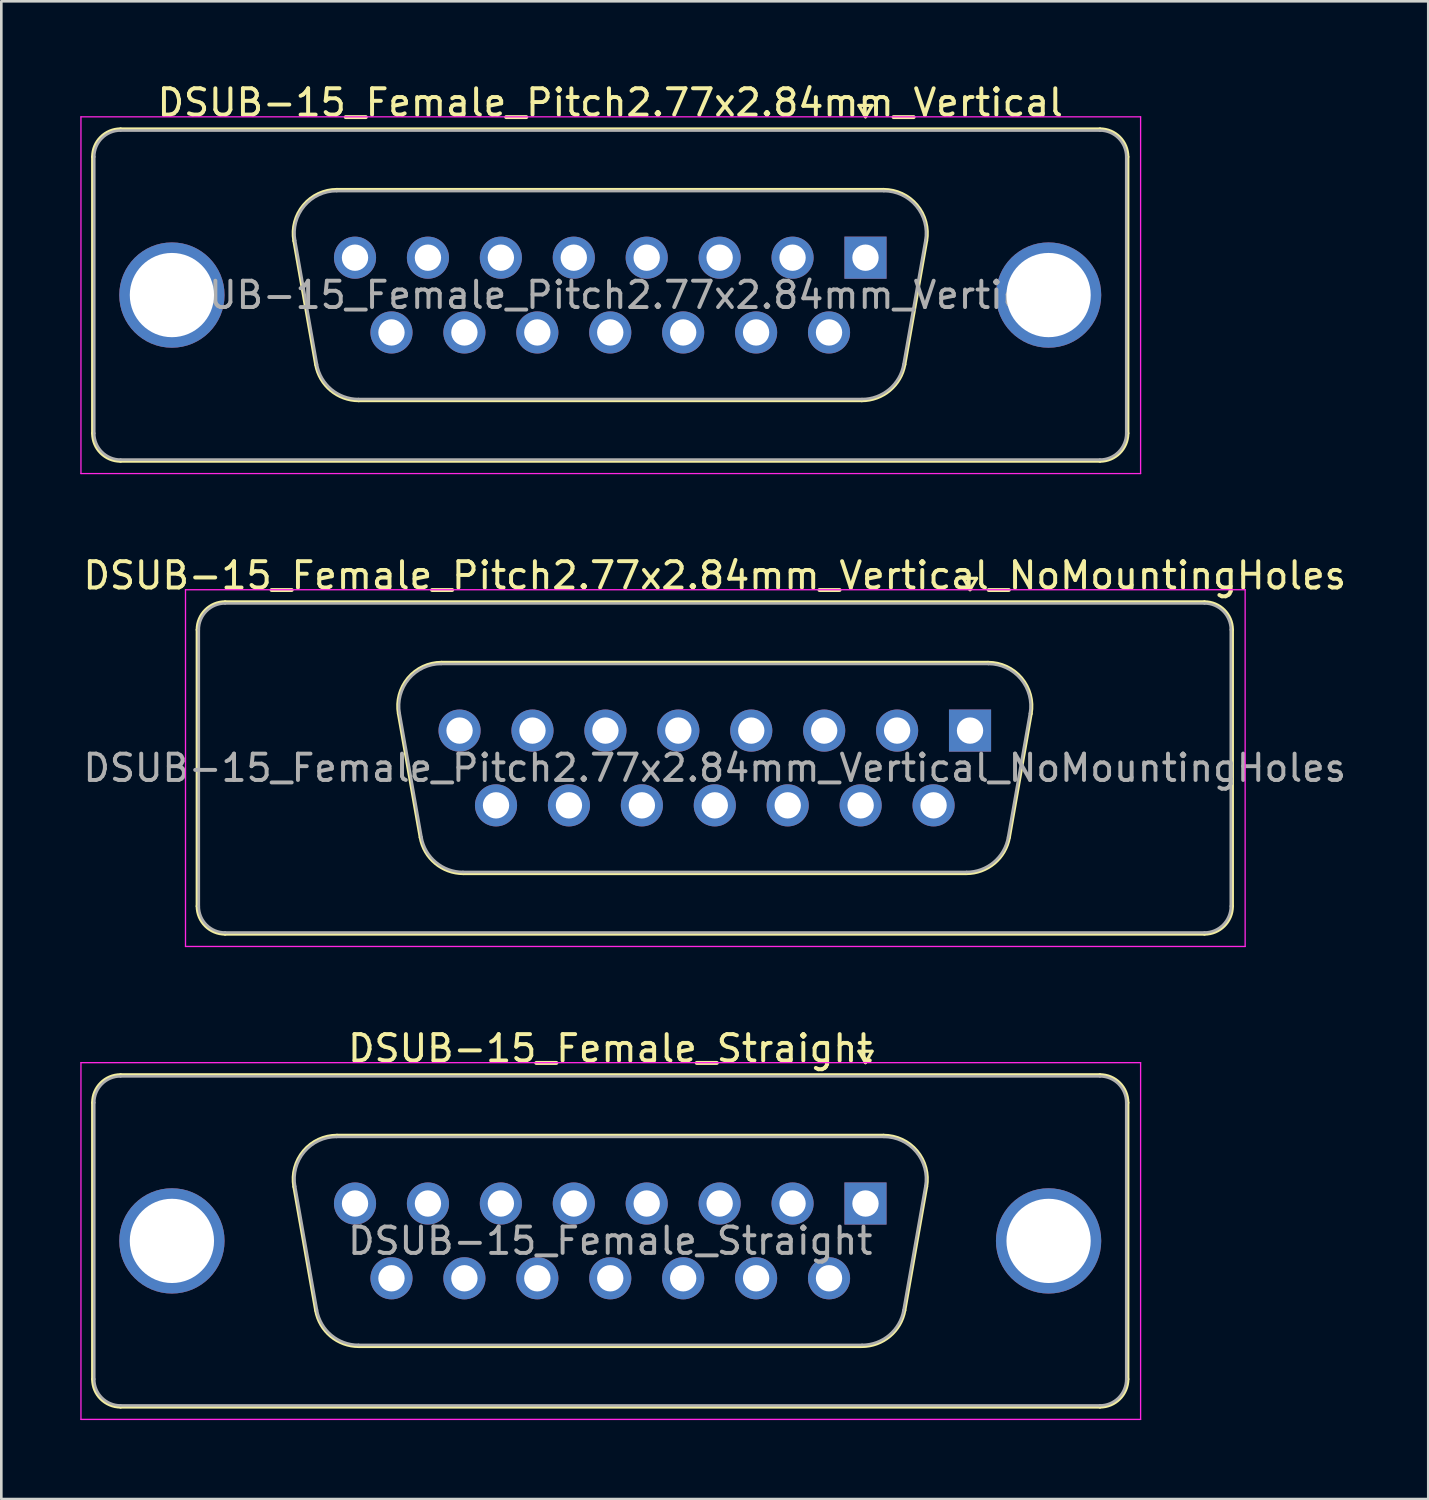
<source format=kicad_pcb>
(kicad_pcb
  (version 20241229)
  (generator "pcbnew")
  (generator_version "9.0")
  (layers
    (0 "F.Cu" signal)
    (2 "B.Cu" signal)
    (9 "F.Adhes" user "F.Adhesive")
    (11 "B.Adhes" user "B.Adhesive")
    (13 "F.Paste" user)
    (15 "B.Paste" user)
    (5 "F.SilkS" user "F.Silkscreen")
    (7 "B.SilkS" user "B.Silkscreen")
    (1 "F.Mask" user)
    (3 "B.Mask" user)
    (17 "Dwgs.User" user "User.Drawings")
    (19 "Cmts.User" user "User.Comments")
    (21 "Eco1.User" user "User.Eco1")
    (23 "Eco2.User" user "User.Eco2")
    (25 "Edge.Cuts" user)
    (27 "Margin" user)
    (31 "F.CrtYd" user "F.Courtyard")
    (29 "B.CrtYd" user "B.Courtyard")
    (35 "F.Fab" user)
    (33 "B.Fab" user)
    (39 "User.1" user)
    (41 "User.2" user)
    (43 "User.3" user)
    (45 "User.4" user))
  (footprint "DSUB-15_Female_Straight"
    (layer "F.Cu")
    (at 29.825 42.665)
    (property "Reference" "DSUB-15_Female_Straight" (at -9.695 -5.89 0) (layer "F.SilkS") (effects (font (size 1 1) (thickness 0.15))))
    (attr through_hole)
    (fp_line (start -29.355 6.67) (end -29.355 -3.83) (stroke (width 0.12) (type solid)) (layer "F.SilkS"))
    (fp_line (start -28.295 -4.89) (end 8.905 -4.89) (stroke (width 0.12) (type solid)) (layer "F.SilkS"))
    (fp_line (start -21.711 -0.642) (end -20.883 4.058) (stroke (width 0.12) (type solid)) (layer "F.SilkS"))
    (fp_line (start -20.077 -2.59) (end 0.687 -2.59) (stroke (width 0.12) (type solid)) (layer "F.SilkS"))
    (fp_line (start -19.248 5.43) (end -0.142 5.43) (stroke (width 0.12) (type solid)) (layer "F.SilkS"))
    (fp_line (start -0.25 -5.784) (end 0.25 -5.784) (stroke (width 0.12) (type solid)) (layer "F.SilkS"))
    (fp_line (start 0 -5.351) (end -0.25 -5.784) (stroke (width 0.12) (type solid)) (layer "F.SilkS"))
    (fp_line (start 0.25 -5.784) (end 0 -5.351) (stroke (width 0.12) (type solid)) (layer "F.SilkS"))
    (fp_line (start 2.321 -0.642) (end 1.493 4.058) (stroke (width 0.12) (type solid)) (layer "F.SilkS"))
    (fp_line (start 8.905 7.73) (end -28.295 7.73) (stroke (width 0.12) (type solid)) (layer "F.SilkS"))
    (fp_line (start 9.965 -3.83) (end 9.965 6.67) (stroke (width 0.12) (type solid)) (layer "F.SilkS"))
    (fp_arc (start -29.355 -3.83) (mid -29.044533 -4.579533) (end -28.295 -4.89) (stroke (width 0.12) (type solid)) (layer "F.SilkS"))
    (fp_arc (start -28.295 7.73) (mid -29.044533 7.419533) (end -29.355 6.67) (stroke (width 0.12) (type solid)) (layer "F.SilkS"))
    (fp_arc (start -21.71147 -0.641744) (mid -21.348323 -1.997028) (end -20.076689 -2.59) (stroke (width 0.12) (type solid)) (layer "F.SilkS"))
    (fp_arc (start -19.247952 5.43) (mid -20.314979 5.041634) (end -20.882733 4.058256) (stroke (width 0.12) (type solid)) (layer "F.SilkS"))
    (fp_arc (start 0.686689 -2.59) (mid 1.958323 -1.997027) (end 2.32147 -0.641744) (stroke (width 0.12) (type solid)) (layer "F.SilkS"))
    (fp_arc (start 1.492733 4.058256) (mid 0.92498 5.041634) (end -0.142048 5.43) (stroke (width 0.12) (type solid)) (layer "F.SilkS"))
    (fp_arc (start 8.905 -4.89) (mid 9.654533 -4.579533) (end 9.965 -3.83) (stroke (width 0.12) (type solid)) (layer "F.SilkS"))
    (fp_arc (start 9.965 6.67) (mid 9.654533 7.419533) (end 8.905 7.73) (stroke (width 0.12) (type solid)) (layer "F.SilkS"))
    (fp_line (start -29.8 -5.35) (end -29.8 8.2) (stroke (width 0.05) (type solid)) (layer "F.CrtYd"))
    (fp_line (start -29.8 8.2) (end 10.45 8.2) (stroke (width 0.05) (type solid)) (layer "F.CrtYd"))
    (fp_line (start 10.45 -5.35) (end -29.8 -5.35) (stroke (width 0.05) (type solid)) (layer "F.CrtYd"))
    (fp_line (start 10.45 8.2) (end 10.45 -5.35) (stroke (width 0.05) (type solid)) (layer "F.CrtYd"))
    (fp_line (start -29.295 6.67) (end -29.295 -3.83) (stroke (width 0.1) (type solid)) (layer "F.Fab"))
    (fp_line (start -28.295 -4.83) (end 8.905 -4.83) (stroke (width 0.1) (type solid)) (layer "F.Fab"))
    (fp_line (start -21.664 -0.652) (end -20.835 4.048) (stroke (width 0.1) (type solid)) (layer "F.Fab"))
    (fp_line (start -20.088 -2.53) (end 0.698 -2.53) (stroke (width 0.1) (type solid)) (layer "F.Fab"))
    (fp_line (start -19.259 5.37) (end -0.131 5.37) (stroke (width 0.1) (type solid)) (layer "F.Fab"))
    (fp_line (start 2.274 -0.652) (end 1.445 4.048) (stroke (width 0.1) (type solid)) (layer "F.Fab"))
    (fp_line (start 8.905 7.67) (end -28.295 7.67) (stroke (width 0.1) (type solid)) (layer "F.Fab"))
    (fp_line (start 9.905 -3.83) (end 9.905 6.67) (stroke (width 0.1) (type solid)) (layer "F.Fab"))
    (fp_arc (start -29.295 -3.83) (mid -29.002107 -4.537107) (end -28.295 -4.83) (stroke (width 0.1) (type solid)) (layer "F.Fab"))
    (fp_arc (start -28.295 7.67) (mid -29.002107 7.377107) (end -29.295 6.67) (stroke (width 0.1) (type solid)) (layer "F.Fab"))
    (fp_arc (start -21.663886 -0.652163) (mid -21.313865 -1.95846) (end -20.088194 -2.53) (stroke (width 0.1) (type solid)) (layer "F.Fab"))
    (fp_arc (start -19.259457 5.37) (mid -20.287917 4.995671) (end -20.835149 4.047837) (stroke (width 0.1) (type solid)) (layer "F.Fab"))
    (fp_arc (start 0.698194 -2.53) (mid 1.923865 -1.95846) (end 2.273886 -0.652163) (stroke (width 0.1) (type solid)) (layer "F.Fab"))
    (fp_arc (start 1.445149 4.047837) (mid 0.897917 4.995671) (end -0.130543 5.37) (stroke (width 0.1) (type solid)) (layer "F.Fab"))
    (fp_arc (start 8.905 -4.83) (mid 9.612107 -4.537107) (end 9.905 -3.83) (stroke (width 0.1) (type solid)) (layer "F.Fab"))
    (fp_arc (start 9.905 6.67) (mid 9.612107 7.377107) (end 8.905 7.67) (stroke (width 0.1) (type solid)) (layer "F.Fab"))
    (fp_text user "${REFERENCE}" (at -9.695 1.42 0) (layer "F.Fab") (effects (font (size 1 1) (thickness 0.15))))
    (pad "0" thru_hole circle (at -26.345 1.42) (size 4 4) (drill 3.2) (layers "*.Cu" "*.Mask"))
    (pad "0" thru_hole circle (at 6.955 1.42) (size 4 4) (drill 3.2) (layers "*.Cu" "*.Mask"))
    (pad "1" thru_hole rect (at 0 0) (size 1.6 1.6) (drill 1) (layers "*.Cu" "*.Mask"))
    (pad "2" thru_hole circle (at -2.77 0) (size 1.6 1.6) (drill 1) (layers "*.Cu" "*.Mask"))
    (pad "3" thru_hole circle (at -5.54 0) (size 1.6 1.6) (drill 1) (layers "*.Cu" "*.Mask"))
    (pad "4" thru_hole circle (at -8.31 0) (size 1.6 1.6) (drill 1) (layers "*.Cu" "*.Mask"))
    (pad "5" thru_hole circle (at -11.08 0) (size 1.6 1.6) (drill 1) (layers "*.Cu" "*.Mask"))
    (pad "6" thru_hole circle (at -13.85 0) (size 1.6 1.6) (drill 1) (layers "*.Cu" "*.Mask"))
    (pad "7" thru_hole circle (at -16.62 0) (size 1.6 1.6) (drill 1) (layers "*.Cu" "*.Mask"))
    (pad "8" thru_hole circle (at -19.39 0) (size 1.6 1.6) (drill 1) (layers "*.Cu" "*.Mask"))
    (pad "9" thru_hole circle (at -1.385 2.84) (size 1.6 1.6) (drill 1) (layers "*.Cu" "*.Mask"))
    (pad "10" thru_hole circle (at -4.155 2.84) (size 1.6 1.6) (drill 1) (layers "*.Cu" "*.Mask"))
    (pad "11" thru_hole circle (at -6.925 2.84) (size 1.6 1.6) (drill 1) (layers "*.Cu" "*.Mask"))
    (pad "12" thru_hole circle (at -9.695 2.84) (size 1.6 1.6) (drill 1) (layers "*.Cu" "*.Mask"))
    (pad "13" thru_hole circle (at -12.465 2.84) (size 1.6 1.6) (drill 1) (layers "*.Cu" "*.Mask"))
    (pad "14" thru_hole circle (at -15.235 2.84) (size 1.6 1.6) (drill 1) (layers "*.Cu" "*.Mask"))
    (pad "15" thru_hole circle (at -18.005 2.84) (size 1.6 1.6) (drill 1) (layers "*.Cu" "*.Mask")))
  (footprint "DSUB-15_Female_Pitch2.77x2.84mm_Vertical_NoMountingHoles"
    (layer "F.Cu")
    (at 33.796 24.701)
    (property "Reference" "DSUB-15_Female_Pitch2.77x2.84mm_Vertical_NoMountingHoles" (at -9.695 -5.89 0) (layer "F.SilkS") (effects (font (size 1 1) (thickness 0.15))))
    (attr through_hole)
    (fp_line (start -29.355 6.67) (end -29.355 -3.83) (stroke (width 0.12) (type solid)) (layer "F.SilkS"))
    (fp_line (start -28.295 -4.89) (end 8.905 -4.89) (stroke (width 0.12) (type solid)) (layer "F.SilkS"))
    (fp_line (start -21.711 -0.642) (end -20.883 4.058) (stroke (width 0.12) (type solid)) (layer "F.SilkS"))
    (fp_line (start -20.077 -2.59) (end 0.687 -2.59) (stroke (width 0.12) (type solid)) (layer "F.SilkS"))
    (fp_line (start -19.248 5.43) (end -0.142 5.43) (stroke (width 0.12) (type solid)) (layer "F.SilkS"))
    (fp_line (start -0.25 -5.784) (end 0.25 -5.784) (stroke (width 0.12) (type solid)) (layer "F.SilkS"))
    (fp_line (start 0 -5.351) (end -0.25 -5.784) (stroke (width 0.12) (type solid)) (layer "F.SilkS"))
    (fp_line (start 0.25 -5.784) (end 0 -5.351) (stroke (width 0.12) (type solid)) (layer "F.SilkS"))
    (fp_line (start 2.321 -0.642) (end 1.493 4.058) (stroke (width 0.12) (type solid)) (layer "F.SilkS"))
    (fp_line (start 8.905 7.73) (end -28.295 7.73) (stroke (width 0.12) (type solid)) (layer "F.SilkS"))
    (fp_line (start 9.965 -3.83) (end 9.965 6.67) (stroke (width 0.12) (type solid)) (layer "F.SilkS"))
    (fp_arc (start -29.355 -3.83) (mid -29.044533 -4.579533) (end -28.295 -4.89) (stroke (width 0.12) (type solid)) (layer "F.SilkS"))
    (fp_arc (start -28.295 7.73) (mid -29.044533 7.419533) (end -29.355 6.67) (stroke (width 0.12) (type solid)) (layer "F.SilkS"))
    (fp_arc (start -21.71147 -0.641744) (mid -21.348323 -1.997028) (end -20.076689 -2.59) (stroke (width 0.12) (type solid)) (layer "F.SilkS"))
    (fp_arc (start -19.247952 5.43) (mid -20.314979 5.041634) (end -20.882733 4.058256) (stroke (width 0.12) (type solid)) (layer "F.SilkS"))
    (fp_arc (start 0.686689 -2.59) (mid 1.958323 -1.997027) (end 2.32147 -0.641744) (stroke (width 0.12) (type solid)) (layer "F.SilkS"))
    (fp_arc (start 1.492733 4.058256) (mid 0.92498 5.041634) (end -0.142048 5.43) (stroke (width 0.12) (type solid)) (layer "F.SilkS"))
    (fp_arc (start 8.905 -4.89) (mid 9.654533 -4.579533) (end 9.965 -3.83) (stroke (width 0.12) (type solid)) (layer "F.SilkS"))
    (fp_arc (start 9.965 6.67) (mid 9.654533 7.419533) (end 8.905 7.73) (stroke (width 0.12) (type solid)) (layer "F.SilkS"))
    (fp_line (start -29.8 -5.35) (end -29.8 8.2) (stroke (width 0.05) (type solid)) (layer "F.CrtYd"))
    (fp_line (start -29.8 8.2) (end 10.45 8.2) (stroke (width 0.05) (type solid)) (layer "F.CrtYd"))
    (fp_line (start 10.45 -5.35) (end -29.8 -5.35) (stroke (width 0.05) (type solid)) (layer "F.CrtYd"))
    (fp_line (start 10.45 8.2) (end 10.45 -5.35) (stroke (width 0.05) (type solid)) (layer "F.CrtYd"))
    (fp_line (start -29.295 6.67) (end -29.295 -3.83) (stroke (width 0.1) (type solid)) (layer "F.Fab"))
    (fp_line (start -28.295 -4.83) (end 8.905 -4.83) (stroke (width 0.1) (type solid)) (layer "F.Fab"))
    (fp_line (start -21.664 -0.652) (end -20.835 4.048) (stroke (width 0.1) (type solid)) (layer "F.Fab"))
    (fp_line (start -20.088 -2.53) (end 0.698 -2.53) (stroke (width 0.1) (type solid)) (layer "F.Fab"))
    (fp_line (start -19.259 5.37) (end -0.131 5.37) (stroke (width 0.1) (type solid)) (layer "F.Fab"))
    (fp_line (start 2.274 -0.652) (end 1.445 4.048) (stroke (width 0.1) (type solid)) (layer "F.Fab"))
    (fp_line (start 8.905 7.67) (end -28.295 7.67) (stroke (width 0.1) (type solid)) (layer "F.Fab"))
    (fp_line (start 9.905 -3.83) (end 9.905 6.67) (stroke (width 0.1) (type solid)) (layer "F.Fab"))
    (fp_arc (start -29.295 -3.83) (mid -29.002107 -4.537107) (end -28.295 -4.83) (stroke (width 0.1) (type solid)) (layer "F.Fab"))
    (fp_arc (start -28.295 7.67) (mid -29.002107 7.377107) (end -29.295 6.67) (stroke (width 0.1) (type solid)) (layer "F.Fab"))
    (fp_arc (start -21.663886 -0.652163) (mid -21.313865 -1.95846) (end -20.088194 -2.53) (stroke (width 0.1) (type solid)) (layer "F.Fab"))
    (fp_arc (start -19.259457 5.37) (mid -20.287917 4.995671) (end -20.835149 4.047837) (stroke (width 0.1) (type solid)) (layer "F.Fab"))
    (fp_arc (start 0.698194 -2.53) (mid 1.923865 -1.95846) (end 2.273886 -0.652163) (stroke (width 0.1) (type solid)) (layer "F.Fab"))
    (fp_arc (start 1.445149 4.047837) (mid 0.897917 4.995671) (end -0.130543 5.37) (stroke (width 0.1) (type solid)) (layer "F.Fab"))
    (fp_arc (start 8.905 -4.83) (mid 9.612107 -4.537107) (end 9.905 -3.83) (stroke (width 0.1) (type solid)) (layer "F.Fab"))
    (fp_arc (start 9.905 6.67) (mid 9.612107 7.377107) (end 8.905 7.67) (stroke (width 0.1) (type solid)) (layer "F.Fab"))
    (fp_text user "${REFERENCE}" (at -9.695 1.42 0) (layer "F.Fab") (effects (font (size 1 1) (thickness 0.15))))
    (pad "1" thru_hole rect (at 0 0) (size 1.6 1.6) (drill 1) (layers "*.Cu" "*.Mask"))
    (pad "2" thru_hole circle (at -2.77 0) (size 1.6 1.6) (drill 1) (layers "*.Cu" "*.Mask"))
    (pad "3" thru_hole circle (at -5.54 0) (size 1.6 1.6) (drill 1) (layers "*.Cu" "*.Mask"))
    (pad "4" thru_hole circle (at -8.31 0) (size 1.6 1.6) (drill 1) (layers "*.Cu" "*.Mask"))
    (pad "5" thru_hole circle (at -11.08 0) (size 1.6 1.6) (drill 1) (layers "*.Cu" "*.Mask"))
    (pad "6" thru_hole circle (at -13.85 0) (size 1.6 1.6) (drill 1) (layers "*.Cu" "*.Mask"))
    (pad "7" thru_hole circle (at -16.62 0) (size 1.6 1.6) (drill 1) (layers "*.Cu" "*.Mask"))
    (pad "8" thru_hole circle (at -19.39 0) (size 1.6 1.6) (drill 1) (layers "*.Cu" "*.Mask"))
    (pad "9" thru_hole circle (at -1.385 2.84) (size 1.6 1.6) (drill 1) (layers "*.Cu" "*.Mask"))
    (pad "10" thru_hole circle (at -4.155 2.84) (size 1.6 1.6) (drill 1) (layers "*.Cu" "*.Mask"))
    (pad "11" thru_hole circle (at -6.925 2.84) (size 1.6 1.6) (drill 1) (layers "*.Cu" "*.Mask"))
    (pad "12" thru_hole circle (at -9.695 2.84) (size 1.6 1.6) (drill 1) (layers "*.Cu" "*.Mask"))
    (pad "13" thru_hole circle (at -12.465 2.84) (size 1.6 1.6) (drill 1) (layers "*.Cu" "*.Mask"))
    (pad "14" thru_hole circle (at -15.235 2.84) (size 1.6 1.6) (drill 1) (layers "*.Cu" "*.Mask"))
    (pad "15" thru_hole circle (at -18.005 2.84) (size 1.6 1.6) (drill 1) (layers "*.Cu" "*.Mask")))
  (footprint "DSUB-15_Female_Pitch2.77x2.84mm_Vertical"
    (layer "F.Cu")
    (at 29.825 6.738)
    (property "Reference" "DSUB-15_Female_Pitch2.77x2.84mm_Vertical" (at -9.695 -5.89 0) (layer "F.SilkS") (effects (font (size 1 1) (thickness 0.15))))
    (attr through_hole)
    (fp_line (start -29.355 6.67) (end -29.355 -3.83) (stroke (width 0.12) (type solid)) (layer "F.SilkS"))
    (fp_line (start -28.295 -4.89) (end 8.905 -4.89) (stroke (width 0.12) (type solid)) (layer "F.SilkS"))
    (fp_line (start -21.711 -0.642) (end -20.883 4.058) (stroke (width 0.12) (type solid)) (layer "F.SilkS"))
    (fp_line (start -20.077 -2.59) (end 0.687 -2.59) (stroke (width 0.12) (type solid)) (layer "F.SilkS"))
    (fp_line (start -19.248 5.43) (end -0.142 5.43) (stroke (width 0.12) (type solid)) (layer "F.SilkS"))
    (fp_line (start -0.25 -5.784) (end 0.25 -5.784) (stroke (width 0.12) (type solid)) (layer "F.SilkS"))
    (fp_line (start 0 -5.351) (end -0.25 -5.784) (stroke (width 0.12) (type solid)) (layer "F.SilkS"))
    (fp_line (start 0.25 -5.784) (end 0 -5.351) (stroke (width 0.12) (type solid)) (layer "F.SilkS"))
    (fp_line (start 2.321 -0.642) (end 1.493 4.058) (stroke (width 0.12) (type solid)) (layer "F.SilkS"))
    (fp_line (start 8.905 7.73) (end -28.295 7.73) (stroke (width 0.12) (type solid)) (layer "F.SilkS"))
    (fp_line (start 9.965 -3.83) (end 9.965 6.67) (stroke (width 0.12) (type solid)) (layer "F.SilkS"))
    (fp_arc (start -29.355 -3.83) (mid -29.044533 -4.579533) (end -28.295 -4.89) (stroke (width 0.12) (type solid)) (layer "F.SilkS"))
    (fp_arc (start -28.295 7.73) (mid -29.044533 7.419533) (end -29.355 6.67) (stroke (width 0.12) (type solid)) (layer "F.SilkS"))
    (fp_arc (start -21.71147 -0.641744) (mid -21.348323 -1.997028) (end -20.076689 -2.59) (stroke (width 0.12) (type solid)) (layer "F.SilkS"))
    (fp_arc (start -19.247952 5.43) (mid -20.314979 5.041634) (end -20.882733 4.058256) (stroke (width 0.12) (type solid)) (layer "F.SilkS"))
    (fp_arc (start 0.686689 -2.59) (mid 1.958323 -1.997027) (end 2.32147 -0.641744) (stroke (width 0.12) (type solid)) (layer "F.SilkS"))
    (fp_arc (start 1.492733 4.058256) (mid 0.92498 5.041634) (end -0.142048 5.43) (stroke (width 0.12) (type solid)) (layer "F.SilkS"))
    (fp_arc (start 8.905 -4.89) (mid 9.654533 -4.579533) (end 9.965 -3.83) (stroke (width 0.12) (type solid)) (layer "F.SilkS"))
    (fp_arc (start 9.965 6.67) (mid 9.654533 7.419533) (end 8.905 7.73) (stroke (width 0.12) (type solid)) (layer "F.SilkS"))
    (fp_line (start -29.8 -5.35) (end -29.8 8.2) (stroke (width 0.05) (type solid)) (layer "F.CrtYd"))
    (fp_line (start -29.8 8.2) (end 10.45 8.2) (stroke (width 0.05) (type solid)) (layer "F.CrtYd"))
    (fp_line (start 10.45 -5.35) (end -29.8 -5.35) (stroke (width 0.05) (type solid)) (layer "F.CrtYd"))
    (fp_line (start 10.45 8.2) (end 10.45 -5.35) (stroke (width 0.05) (type solid)) (layer "F.CrtYd"))
    (fp_line (start -29.295 6.67) (end -29.295 -3.83) (stroke (width 0.1) (type solid)) (layer "F.Fab"))
    (fp_line (start -28.295 -4.83) (end 8.905 -4.83) (stroke (width 0.1) (type solid)) (layer "F.Fab"))
    (fp_line (start -21.664 -0.652) (end -20.835 4.048) (stroke (width 0.1) (type solid)) (layer "F.Fab"))
    (fp_line (start -20.088 -2.53) (end 0.698 -2.53) (stroke (width 0.1) (type solid)) (layer "F.Fab"))
    (fp_line (start -19.259 5.37) (end -0.131 5.37) (stroke (width 0.1) (type solid)) (layer "F.Fab"))
    (fp_line (start 2.274 -0.652) (end 1.445 4.048) (stroke (width 0.1) (type solid)) (layer "F.Fab"))
    (fp_line (start 8.905 7.67) (end -28.295 7.67) (stroke (width 0.1) (type solid)) (layer "F.Fab"))
    (fp_line (start 9.905 -3.83) (end 9.905 6.67) (stroke (width 0.1) (type solid)) (layer "F.Fab"))
    (fp_arc (start -29.295 -3.83) (mid -29.002107 -4.537107) (end -28.295 -4.83) (stroke (width 0.1) (type solid)) (layer "F.Fab"))
    (fp_arc (start -28.295 7.67) (mid -29.002107 7.377107) (end -29.295 6.67) (stroke (width 0.1) (type solid)) (layer "F.Fab"))
    (fp_arc (start -21.663886 -0.652163) (mid -21.313865 -1.95846) (end -20.088194 -2.53) (stroke (width 0.1) (type solid)) (layer "F.Fab"))
    (fp_arc (start -19.259457 5.37) (mid -20.287917 4.995671) (end -20.835149 4.047837) (stroke (width 0.1) (type solid)) (layer "F.Fab"))
    (fp_arc (start 0.698194 -2.53) (mid 1.923865 -1.95846) (end 2.273886 -0.652163) (stroke (width 0.1) (type solid)) (layer "F.Fab"))
    (fp_arc (start 1.445149 4.047837) (mid 0.897917 4.995671) (end -0.130543 5.37) (stroke (width 0.1) (type solid)) (layer "F.Fab"))
    (fp_arc (start 8.905 -4.83) (mid 9.612107 -4.537107) (end 9.905 -3.83) (stroke (width 0.1) (type solid)) (layer "F.Fab"))
    (fp_arc (start 9.905 6.67) (mid 9.612107 7.377107) (end 8.905 7.67) (stroke (width 0.1) (type solid)) (layer "F.Fab"))
    (fp_text user "${REFERENCE}" (at -9.695 1.42 0) (layer "F.Fab") (effects (font (size 1 1) (thickness 0.15))))
    (pad "0" thru_hole circle (at -26.345 1.42) (size 4 4) (drill 3.2) (layers "*.Cu" "*.Mask"))
    (pad "0" thru_hole circle (at 6.955 1.42) (size 4 4) (drill 3.2) (layers "*.Cu" "*.Mask"))
    (pad "1" thru_hole rect (at 0 0) (size 1.6 1.6) (drill 1) (layers "*.Cu" "*.Mask"))
    (pad "2" thru_hole circle (at -2.77 0) (size 1.6 1.6) (drill 1) (layers "*.Cu" "*.Mask"))
    (pad "3" thru_hole circle (at -5.54 0) (size 1.6 1.6) (drill 1) (layers "*.Cu" "*.Mask"))
    (pad "4" thru_hole circle (at -8.31 0) (size 1.6 1.6) (drill 1) (layers "*.Cu" "*.Mask"))
    (pad "5" thru_hole circle (at -11.08 0) (size 1.6 1.6) (drill 1) (layers "*.Cu" "*.Mask"))
    (pad "6" thru_hole circle (at -13.85 0) (size 1.6 1.6) (drill 1) (layers "*.Cu" "*.Mask"))
    (pad "7" thru_hole circle (at -16.62 0) (size 1.6 1.6) (drill 1) (layers "*.Cu" "*.Mask"))
    (pad "8" thru_hole circle (at -19.39 0) (size 1.6 1.6) (drill 1) (layers "*.Cu" "*.Mask"))
    (pad "9" thru_hole circle (at -1.385 2.84) (size 1.6 1.6) (drill 1) (layers "*.Cu" "*.Mask"))
    (pad "10" thru_hole circle (at -4.155 2.84) (size 1.6 1.6) (drill 1) (layers "*.Cu" "*.Mask"))
    (pad "11" thru_hole circle (at -6.925 2.84) (size 1.6 1.6) (drill 1) (layers "*.Cu" "*.Mask"))
    (pad "12" thru_hole circle (at -9.695 2.84) (size 1.6 1.6) (drill 1) (layers "*.Cu" "*.Mask"))
    (pad "13" thru_hole circle (at -12.465 2.84) (size 1.6 1.6) (drill 1) (layers "*.Cu" "*.Mask"))
    (pad "14" thru_hole circle (at -15.235 2.84) (size 1.6 1.6) (drill 1) (layers "*.Cu" "*.Mask"))
    (pad "15" thru_hole circle (at -18.005 2.84) (size 1.6 1.6) (drill 1) (layers "*.Cu" "*.Mask")))
  (gr_rect
    (start -3 -3)
    (end 51.202 53.89)
    (stroke (width 0.1) (type default))
    (fill no)
    (layer "Edge.Cuts")))
</source>
